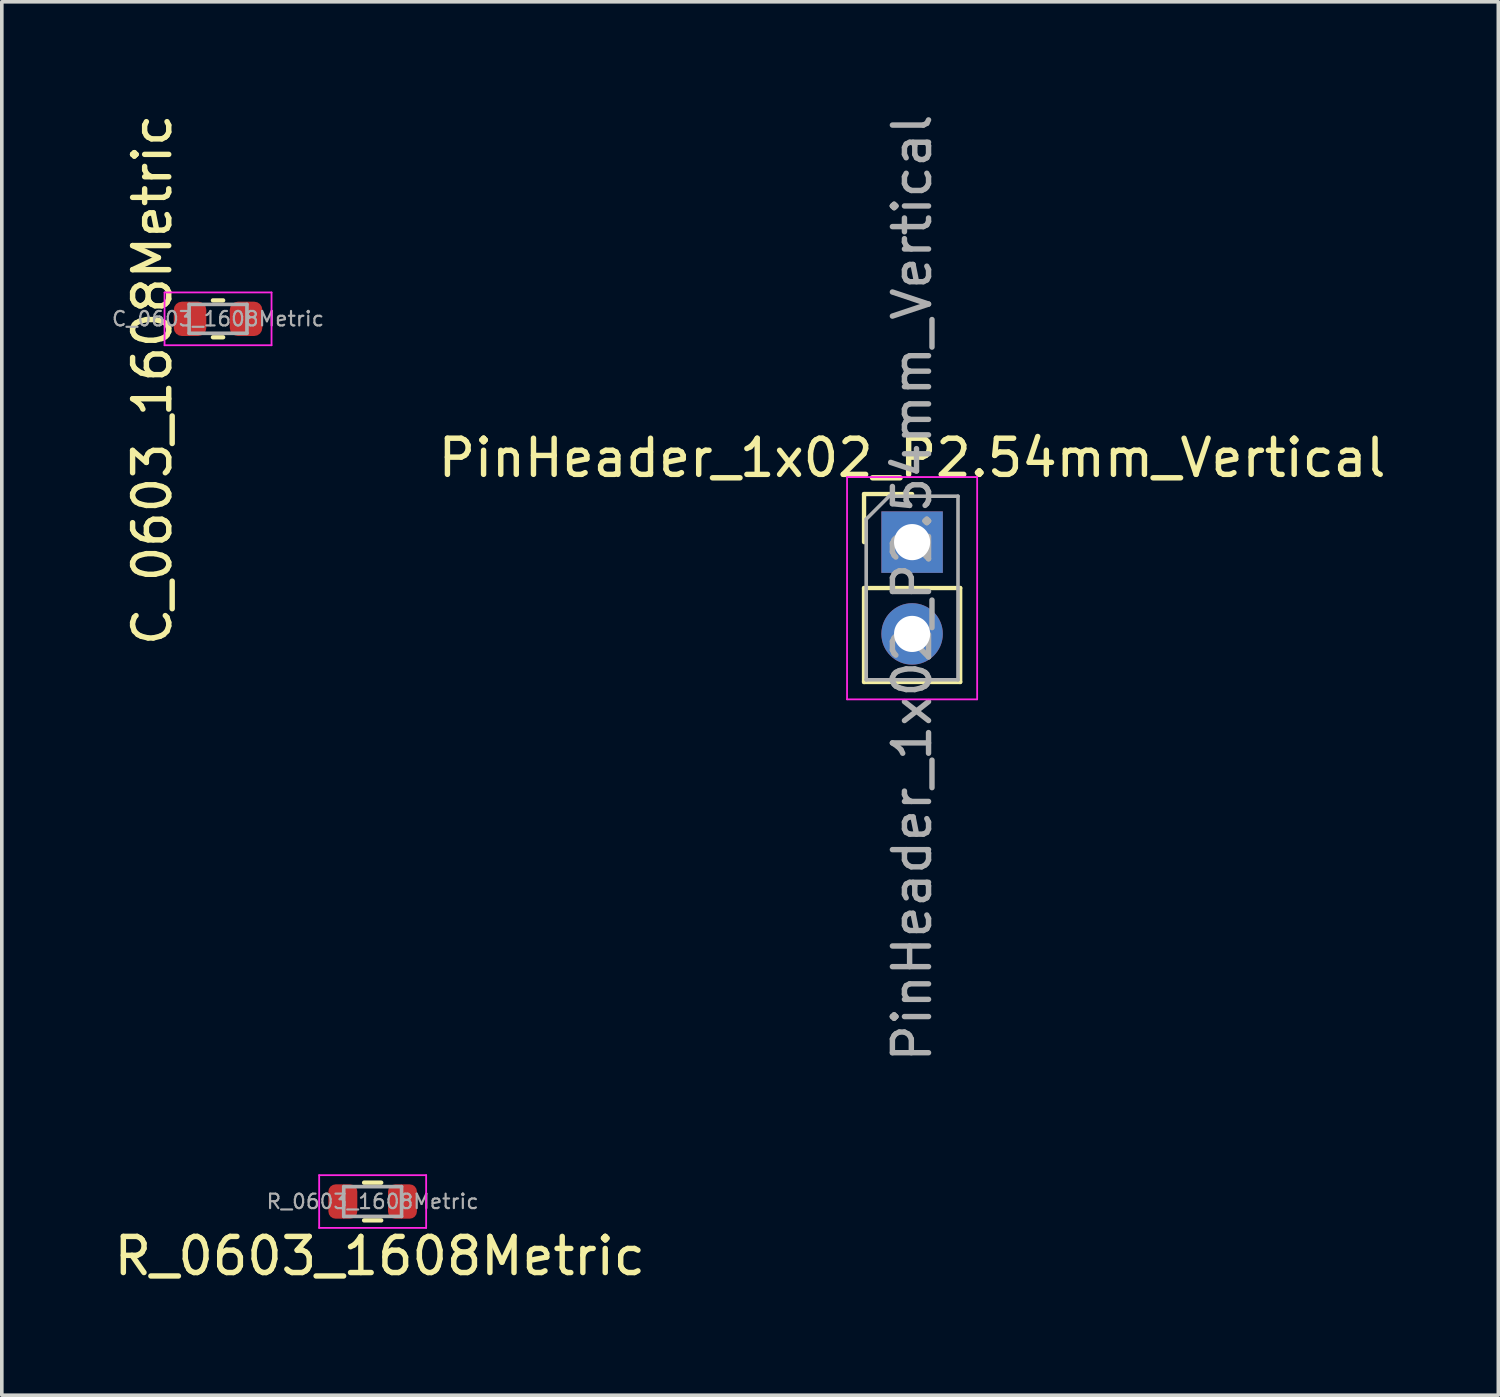
<source format=kicad_pcb>
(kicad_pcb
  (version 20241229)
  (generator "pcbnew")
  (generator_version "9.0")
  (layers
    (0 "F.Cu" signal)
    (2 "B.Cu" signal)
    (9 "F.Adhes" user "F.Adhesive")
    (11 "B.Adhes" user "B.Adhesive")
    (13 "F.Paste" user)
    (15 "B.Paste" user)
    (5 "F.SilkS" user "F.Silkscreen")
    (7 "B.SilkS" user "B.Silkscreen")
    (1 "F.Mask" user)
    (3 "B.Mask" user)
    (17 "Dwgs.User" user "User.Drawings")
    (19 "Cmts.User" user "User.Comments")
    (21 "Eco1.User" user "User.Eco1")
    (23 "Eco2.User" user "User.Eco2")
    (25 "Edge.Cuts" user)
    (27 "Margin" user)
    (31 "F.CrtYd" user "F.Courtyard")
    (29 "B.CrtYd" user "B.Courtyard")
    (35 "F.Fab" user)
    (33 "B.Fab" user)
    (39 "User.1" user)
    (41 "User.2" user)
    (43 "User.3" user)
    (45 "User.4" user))
  (footprint "PinHeader_1x02_P2.54mm_Vertical"
    (layer "F.Cu")
    (at 22.187 11.95)
    (property "Reference" "PinHeader_1x02_P2.54mm_Vertical" (at 0 -2.33 180) (layer "F.SilkS") (effects (font (size 1 1) (thickness 0.15))))
    (attr through_hole)
    (fp_line (start -1.33 -1.33) (end 0 -1.33) (stroke (width 0.12) (type solid)) (layer "F.SilkS"))
    (fp_line (start -1.33 0) (end -1.33 -1.33) (stroke (width 0.12) (type solid)) (layer "F.SilkS"))
    (fp_line (start -1.33 1.27) (end -1.33 3.87) (stroke (width 0.12) (type solid)) (layer "F.SilkS"))
    (fp_line (start -1.33 1.27) (end 1.33 1.27) (stroke (width 0.12) (type solid)) (layer "F.SilkS"))
    (fp_line (start -1.33 3.87) (end 1.33 3.87) (stroke (width 0.12) (type solid)) (layer "F.SilkS"))
    (fp_line (start 1.33 1.27) (end 1.33 3.87) (stroke (width 0.12) (type solid)) (layer "F.SilkS"))
    (fp_line (start -1.8 -1.8) (end -1.8 4.35) (stroke (width 0.05) (type solid)) (layer "F.CrtYd"))
    (fp_line (start -1.8 4.35) (end 1.8 4.35) (stroke (width 0.05) (type solid)) (layer "F.CrtYd"))
    (fp_line (start 1.8 -1.8) (end -1.8 -1.8) (stroke (width 0.05) (type solid)) (layer "F.CrtYd"))
    (fp_line (start 1.8 4.35) (end 1.8 -1.8) (stroke (width 0.05) (type solid)) (layer "F.CrtYd"))
    (fp_line (start -1.27 -0.635) (end -0.635 -1.27) (stroke (width 0.1) (type solid)) (layer "F.Fab"))
    (fp_line (start -1.27 3.81) (end -1.27 -0.635) (stroke (width 0.1) (type solid)) (layer "F.Fab"))
    (fp_line (start -0.635 -1.27) (end 1.27 -1.27) (stroke (width 0.1) (type solid)) (layer "F.Fab"))
    (fp_line (start 1.27 -1.27) (end 1.27 3.81) (stroke (width 0.1) (type solid)) (layer "F.Fab"))
    (fp_line (start 1.27 3.81) (end -1.27 3.81) (stroke (width 0.1) (type solid)) (layer "F.Fab"))
    (fp_text user "${REFERENCE}" (at 0 1.27 270) (layer "F.Fab") (effects (font (size 1 1) (thickness 0.15))))
    (pad "1" thru_hole rect (at 0 0) (size 1.7 1.7) (drill 1) (layers "*.Cu" "*.Mask"))
    (pad "2" thru_hole oval (at 0 2.54) (size 1.7 1.7) (drill 1) (layers "*.Cu" "*.Mask")))
  (footprint "R_0603_1608Metric"
    (layer "F.Cu")
    (at 7.261 30.195)
    (property "Reference" "R_0603_1608Metric" (at 0.197 1.51 0) (layer "F.SilkS") (effects (font (size 1 1) (thickness 0.15))))
    (attr smd)
    (fp_line (start -0.237 -0.522) (end 0.237 -0.522) (stroke (width 0.12) (type solid)) (layer "F.SilkS"))
    (fp_line (start -0.237 0.522) (end 0.237 0.522) (stroke (width 0.12) (type solid)) (layer "F.SilkS"))
    (fp_line (start -1.48 -0.73) (end 1.48 -0.73) (stroke (width 0.05) (type solid)) (layer "F.CrtYd"))
    (fp_line (start -1.48 0.73) (end -1.48 -0.73) (stroke (width 0.05) (type solid)) (layer "F.CrtYd"))
    (fp_line (start 1.48 -0.73) (end 1.48 0.73) (stroke (width 0.05) (type solid)) (layer "F.CrtYd"))
    (fp_line (start 1.48 0.73) (end -1.48 0.73) (stroke (width 0.05) (type solid)) (layer "F.CrtYd"))
    (fp_line (start -0.8 -0.412) (end 0.8 -0.412) (stroke (width 0.1) (type solid)) (layer "F.Fab"))
    (fp_line (start -0.8 0.412) (end -0.8 -0.412) (stroke (width 0.1) (type solid)) (layer "F.Fab"))
    (fp_line (start 0.8 -0.412) (end 0.8 0.412) (stroke (width 0.1) (type solid)) (layer "F.Fab"))
    (fp_line (start 0.8 0.412) (end -0.8 0.412) (stroke (width 0.1) (type solid)) (layer "F.Fab"))
    (fp_text user "${REFERENCE}" (at 0 0 0) (layer "F.Fab") (effects (font (size 0.4 0.4) (thickness 0.06))))
    (pad "1" smd roundrect (at -0.825 0) (size 0.8 0.95) (layers "F.Cu" "F.Mask" "F.Paste") (roundrect_rratio 0.25))
    (pad "2" smd roundrect (at 0.825 0) (size 0.8 0.95) (layers "F.Cu" "F.Mask" "F.Paste") (roundrect_rratio 0.25)))
  (footprint "C_0603_1608Metric"
    (layer "F.Cu")
    (at 2.983 5.772)
    (property "Reference" "C_0603_1608Metric" (at -1.819 1.687 90) (layer "F.SilkS") (effects (font (size 1 1) (thickness 0.15))))
    (attr smd)
    (fp_line (start -0.141 -0.51) (end 0.141 -0.51) (stroke (width 0.12) (type solid)) (layer "F.SilkS"))
    (fp_line (start -0.141 0.51) (end 0.141 0.51) (stroke (width 0.12) (type solid)) (layer "F.SilkS"))
    (fp_line (start -1.48 -0.73) (end 1.48 -0.73) (stroke (width 0.05) (type solid)) (layer "F.CrtYd"))
    (fp_line (start -1.48 0.73) (end -1.48 -0.73) (stroke (width 0.05) (type solid)) (layer "F.CrtYd"))
    (fp_line (start 1.48 -0.73) (end 1.48 0.73) (stroke (width 0.05) (type solid)) (layer "F.CrtYd"))
    (fp_line (start 1.48 0.73) (end -1.48 0.73) (stroke (width 0.05) (type solid)) (layer "F.CrtYd"))
    (fp_line (start -0.8 -0.4) (end 0.8 -0.4) (stroke (width 0.1) (type solid)) (layer "F.Fab"))
    (fp_line (start -0.8 0.4) (end -0.8 -0.4) (stroke (width 0.1) (type solid)) (layer "F.Fab"))
    (fp_line (start 0.8 -0.4) (end 0.8 0.4) (stroke (width 0.1) (type solid)) (layer "F.Fab"))
    (fp_line (start 0.8 0.4) (end -0.8 0.4) (stroke (width 0.1) (type solid)) (layer "F.Fab"))
    (fp_text user "${REFERENCE}" (at 0 0 0) (layer "F.Fab") (effects (font (size 0.4 0.4) (thickness 0.06))))
    (pad "1" smd roundrect (at -0.775 0) (size 0.9 0.95) (layers "F.Cu" "F.Mask" "F.Paste") (roundrect_rratio 0.25))
    (pad "2" smd roundrect (at 0.775 0) (size 0.9 0.95) (layers "F.Cu" "F.Mask" "F.Paste") (roundrect_rratio 0.25)))
  (gr_rect
    (start -3 -3)
    (end 38.407 35.554)
    (stroke (width 0.1) (type default))
    (fill no)
    (layer "Edge.Cuts")))
</source>
